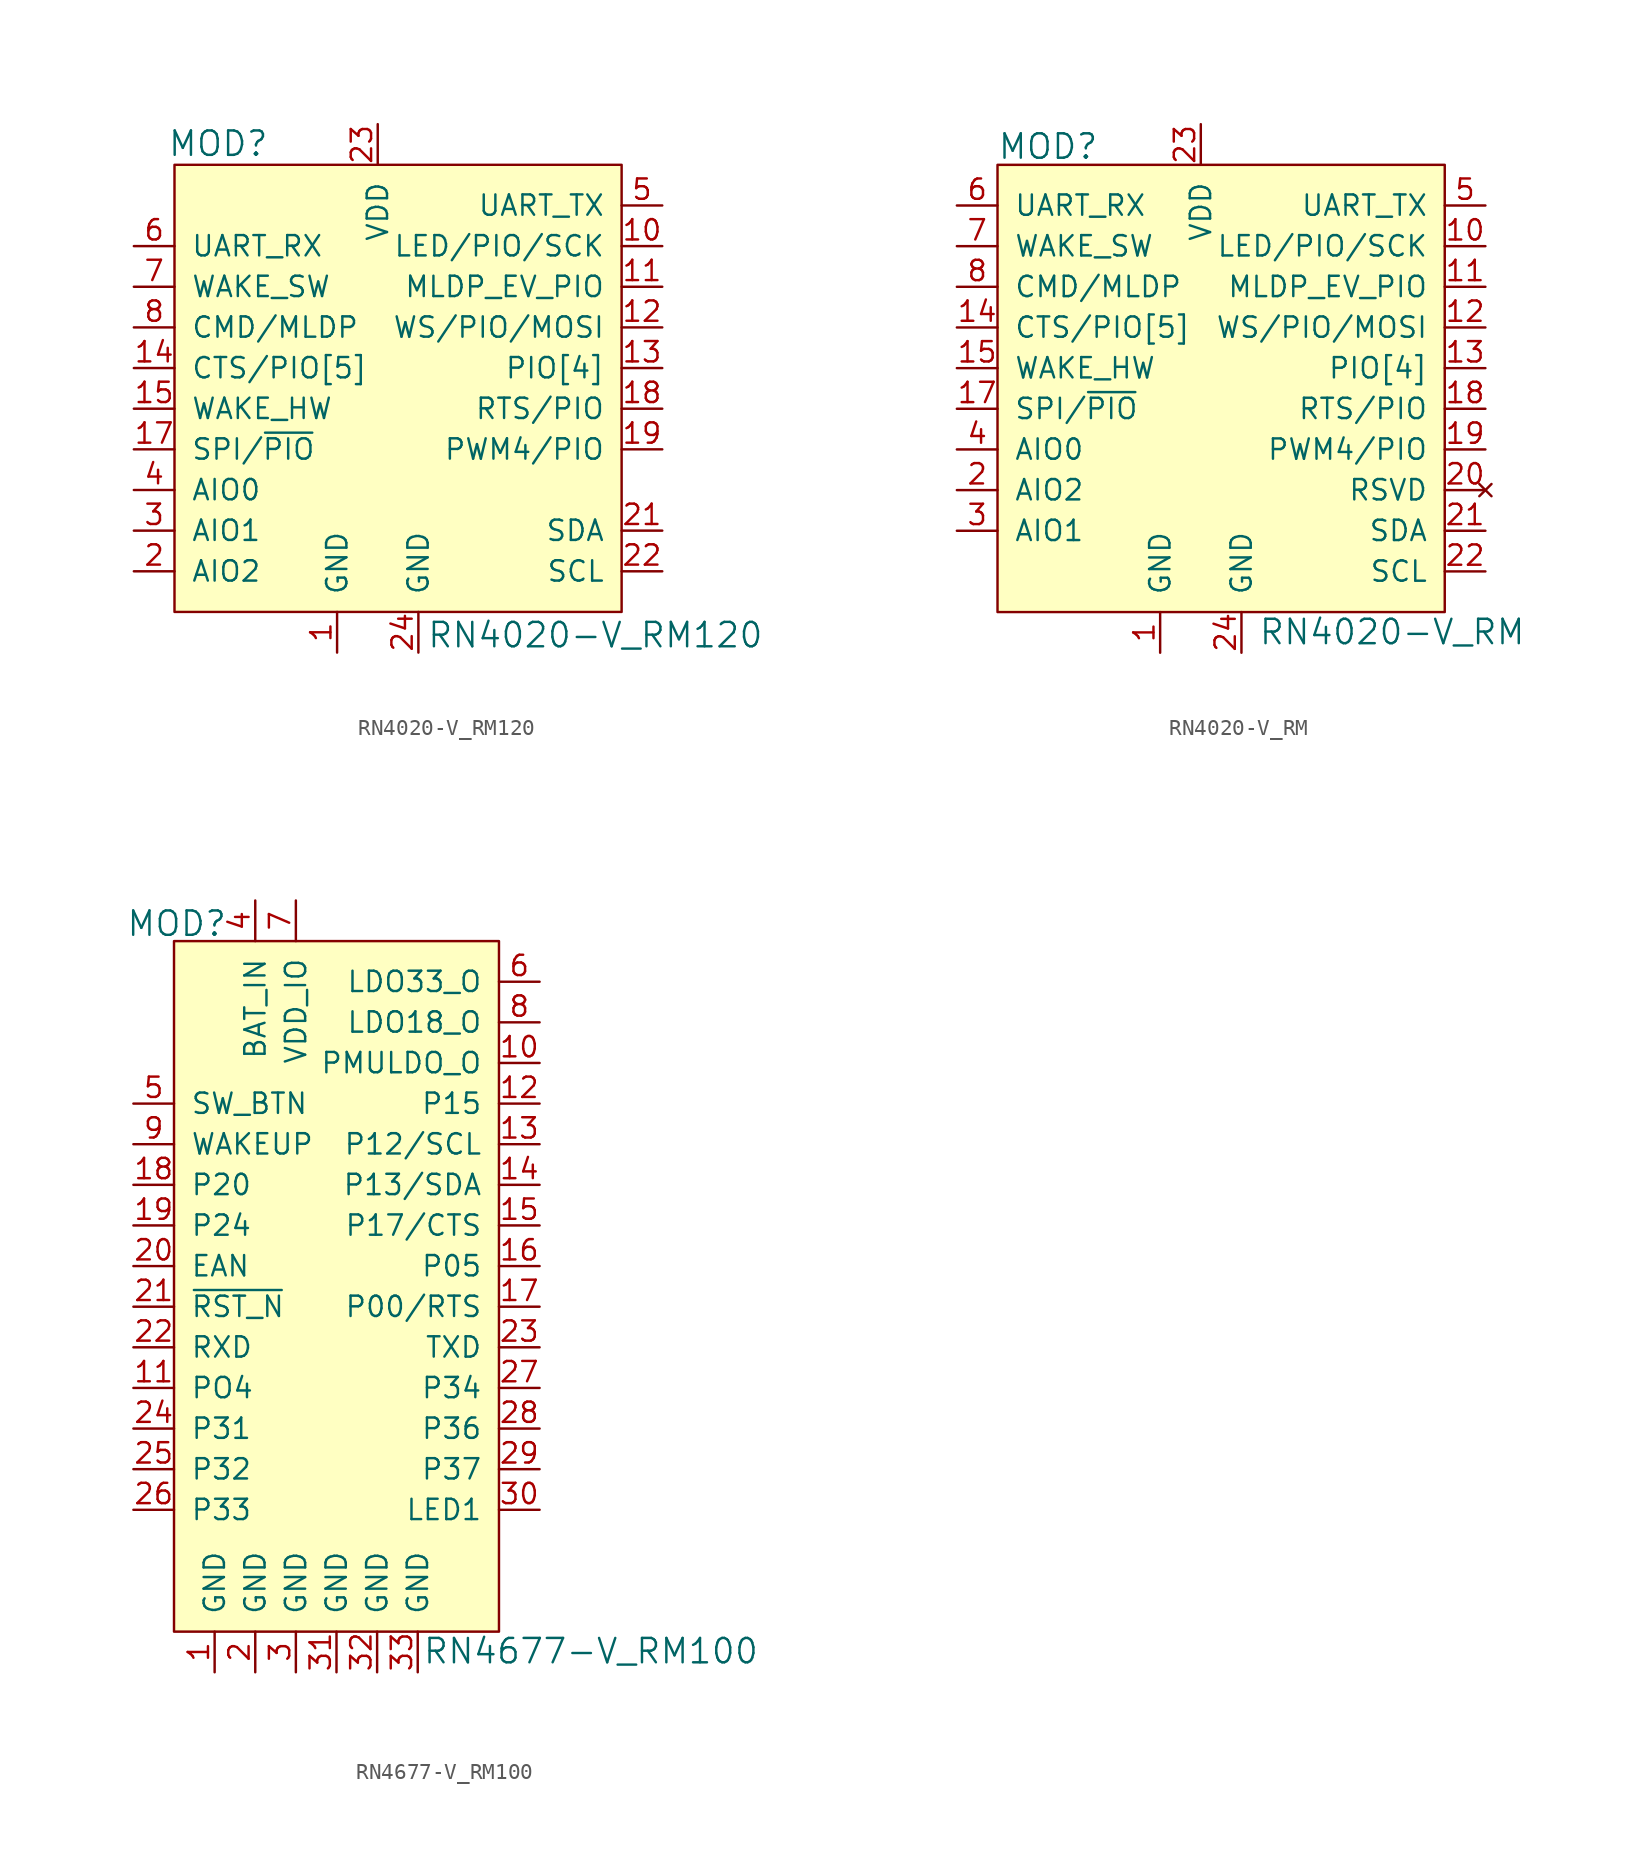
<source format=kicad_sym>
(kicad_symbol_lib
  (version 20231120)
  (generator "kicad_symbol_editor")
  (generator_version "8.0")
  (symbol "RN4020-V_RM120"
    (pin_names
      (offset 1.016))
    (property "Reference" "MOD"
      (at -6.782 14.021 0)
      (effects (font (size 1.524 1.524)) (justify right)))
    (property "Value" "RN4020-V_RM120"
      (at 3.048 -16.688 0)
      (effects (font (size 1.524 1.524)) (justify left)))
    (symbol "RN4020-V_RM120_0_1"
      (rectangle (start -12.7 12.7) (end 15.24 -15.24) (stroke (width 0) (type default)) (fill (type background))))
    (symbol "RN4020-V_RM120_1_1"
      (pin power_in line (at -2.54 -17.78 90) (length 2.54) (name "GND" (effects (font (size 1.27 1.27)))) (number "1" (effects (font (size 1.27 1.27)))))
      (pin output line (at 17.78 7.62 180) (length 2.54) (name "LED/PIO/SCK" (effects (font (size 1.27 1.27)))) (number "10" (effects (font (size 1.27 1.27)))))
      (pin output line (at 17.78 5.08 180) (length 2.54) (name "MLDP_EV_PIO" (effects (font (size 1.27 1.27)))) (number "11" (effects (font (size 1.27 1.27)))))
      (pin output line (at 17.78 2.54 180) (length 2.54) (name "WS/PIO/MOSI" (effects (font (size 1.27 1.27)))) (number "12" (effects (font (size 1.27 1.27)))))
      (pin bidirectional line (at 17.78 0 180) (length 2.54) (name "PIO[4]" (effects (font (size 1.27 1.27)))) (number "13" (effects (font (size 1.27 1.27)))))
      (pin input line (at -15.24 0 0) (length 2.54) (name "CTS/PIO[5]" (effects (font (size 1.27 1.27)))) (number "14" (effects (font (size 1.27 1.27)))))
      (pin input line (at -15.24 -2.54 0) (length 2.54) (name "WAKE_HW" (effects (font (size 1.27 1.27)))) (number "15" (effects (font (size 1.27 1.27)))))
      (pin input line (at -15.24 -5.08 0) (length 2.54) (name "SPI/~{PIO}" (effects (font (size 1.27 1.27)))) (number "17" (effects (font (size 1.27 1.27)))))
      (pin output line (at 17.78 -2.54 180) (length 2.54) (name "RTS/PIO" (effects (font (size 1.27 1.27)))) (number "18" (effects (font (size 1.27 1.27)))))
      (pin bidirectional line (at 17.78 -5.08 180) (length 2.54) (name "PWM4/PIO" (effects (font (size 1.27 1.27)))) (number "19" (effects (font (size 1.27 1.27)))))
      (pin bidirectional line (at -15.24 -12.7 0) (length 2.54) (name "AIO2" (effects (font (size 1.27 1.27)))) (number "2" (effects (font (size 1.27 1.27)))))
      (pin no_connect line (at 15.24 -7.62 180) (length 2.54) hide (name "RSVD" (effects (font (size 1.27 1.27)))) (number "20" (effects (font (size 1.27 1.27)))))
      (pin bidirectional line (at 17.78 -10.16 180) (length 2.54) (name "SDA" (effects (font (size 1.27 1.27)))) (number "21" (effects (font (size 1.27 1.27)))))
      (pin bidirectional line (at 17.78 -12.7 180) (length 2.54) (name "SCL" (effects (font (size 1.27 1.27)))) (number "22" (effects (font (size 1.27 1.27)))))
      (pin power_in line (at 0 15.24 270) (length 2.54) (name "VDD" (effects (font (size 1.27 1.27)))) (number "23" (effects (font (size 1.27 1.27)))))
      (pin power_in line (at 2.54 -17.78 90) (length 2.54) (name "GND" (effects (font (size 1.27 1.27)))) (number "24" (effects (font (size 1.27 1.27)))))
      (pin bidirectional line (at -15.24 -10.16 0) (length 2.54) (name "AIO1" (effects (font (size 1.27 1.27)))) (number "3" (effects (font (size 1.27 1.27)))))
      (pin bidirectional line (at -15.24 -7.62 0) (length 2.54) (name "AIO0" (effects (font (size 1.27 1.27)))) (number "4" (effects (font (size 1.27 1.27)))))
      (pin output line (at 17.78 10.16 180) (length 2.54) (name "UART_TX" (effects (font (size 1.27 1.27)))) (number "5" (effects (font (size 1.27 1.27)))))
      (pin input line (at -15.24 7.62 0) (length 2.54) (name "UART_RX" (effects (font (size 1.27 1.27)))) (number "6" (effects (font (size 1.27 1.27)))))
      (pin input line (at -15.24 5.08 0) (length 2.54) (name "WAKE_SW" (effects (font (size 1.27 1.27)))) (number "7" (effects (font (size 1.27 1.27)))))
      (pin input line (at -15.24 2.54 0) (length 2.54) (name "CMD/MLDP" (effects (font (size 1.27 1.27)))) (number "8" (effects (font (size 1.27 1.27)))))))
  (symbol "RN4020-V_RM"
    (pin_names
      (offset 1.016))
    (property "Reference" "MOD"
      (at -12.725 13.843 0)
      (effects (font (size 1.524 1.524)) (justify left)))
    (property "Value" "RN4020-V_RM"
      (at 3.581 -16.485 0)
      (effects (font (size 1.524 1.524)) (justify left)))
    (symbol "RN4020-V_RM_0_1"
      (rectangle (start -12.7 12.7) (end 15.24 -15.24) (stroke (width 0) (type default)) (fill (type background))))
    (symbol "RN4020-V_RM_1_1"
      (pin power_in line (at -2.54 -17.78 90) (length 2.54) (name "GND" (effects (font (size 1.27 1.27)))) (number "1" (effects (font (size 1.27 1.27)))))
      (pin output line (at 17.78 7.62 180) (length 2.54) (name "LED/PIO/SCK" (effects (font (size 1.27 1.27)))) (number "10" (effects (font (size 1.27 1.27)))))
      (pin output line (at 17.78 5.08 180) (length 2.54) (name "MLDP_EV_PIO" (effects (font (size 1.27 1.27)))) (number "11" (effects (font (size 1.27 1.27)))))
      (pin output line (at 17.78 2.54 180) (length 2.54) (name "WS/PIO/MOSI" (effects (font (size 1.27 1.27)))) (number "12" (effects (font (size 1.27 1.27)))))
      (pin bidirectional line (at 17.78 0 180) (length 2.54) (name "PIO[4]" (effects (font (size 1.27 1.27)))) (number "13" (effects (font (size 1.27 1.27)))))
      (pin input line (at -15.24 2.54 0) (length 2.54) (name "CTS/PIO[5]" (effects (font (size 1.27 1.27)))) (number "14" (effects (font (size 1.27 1.27)))))
      (pin input line (at -15.24 0 0) (length 2.54) (name "WAKE_HW" (effects (font (size 1.27 1.27)))) (number "15" (effects (font (size 1.27 1.27)))))
      (pin input line (at -15.24 -2.54 0) (length 2.54) (name "SPI/~{PIO}" (effects (font (size 1.27 1.27)))) (number "17" (effects (font (size 1.27 1.27)))))
      (pin output line (at 17.78 -2.54 180) (length 2.54) (name "RTS/PIO" (effects (font (size 1.27 1.27)))) (number "18" (effects (font (size 1.27 1.27)))))
      (pin bidirectional line (at 17.78 -5.08 180) (length 2.54) (name "PWM4/PIO" (effects (font (size 1.27 1.27)))) (number "19" (effects (font (size 1.27 1.27)))))
      (pin bidirectional line (at -15.24 -7.62 0) (length 2.54) (name "AIO2" (effects (font (size 1.27 1.27)))) (number "2" (effects (font (size 1.27 1.27)))))
      (pin no_connect line (at 17.78 -7.62 180) (length 2.54) (name "RSVD" (effects (font (size 1.27 1.27)))) (number "20" (effects (font (size 1.27 1.27)))))
      (pin bidirectional line (at 17.78 -10.16 180) (length 2.54) (name "SDA" (effects (font (size 1.27 1.27)))) (number "21" (effects (font (size 1.27 1.27)))))
      (pin bidirectional line (at 17.78 -12.7 180) (length 2.54) (name "SCL" (effects (font (size 1.27 1.27)))) (number "22" (effects (font (size 1.27 1.27)))))
      (pin power_in line (at 0 15.24 270) (length 2.54) (name "VDD" (effects (font (size 1.27 1.27)))) (number "23" (effects (font (size 1.27 1.27)))))
      (pin power_in line (at 2.54 -17.78 90) (length 2.54) (name "GND" (effects (font (size 1.27 1.27)))) (number "24" (effects (font (size 1.27 1.27)))))
      (pin bidirectional line (at -15.24 -10.16 0) (length 2.54) (name "AIO1" (effects (font (size 1.27 1.27)))) (number "3" (effects (font (size 1.27 1.27)))))
      (pin bidirectional line (at -15.24 -5.08 0) (length 2.54) (name "AIO0" (effects (font (size 1.27 1.27)))) (number "4" (effects (font (size 1.27 1.27)))))
      (pin output line (at 17.78 10.16 180) (length 2.54) (name "UART_TX" (effects (font (size 1.27 1.27)))) (number "5" (effects (font (size 1.27 1.27)))))
      (pin input line (at -15.24 10.16 0) (length 2.54) (name "UART_RX" (effects (font (size 1.27 1.27)))) (number "6" (effects (font (size 1.27 1.27)))))
      (pin input line (at -15.24 7.62 0) (length 2.54) (name "WAKE_SW" (effects (font (size 1.27 1.27)))) (number "7" (effects (font (size 1.27 1.27)))))
      (pin input line (at -15.24 5.08 0) (length 2.54) (name "CMD/MLDP" (effects (font (size 1.27 1.27)))) (number "8" (effects (font (size 1.27 1.27)))))))
  (symbol "RN4677-V_RM100"
    (pin_names
      (offset 1.016))
    (property "Reference" "MOD"
      (at -4.267 29.032 0)
      (effects (font (size 1.524 1.524)) (justify right)))
    (property "Value" "RN4677-V_RM100"
      (at 7.899 -16.459 0)
      (effects (font (size 1.524 1.524)) (justify left)))
    (symbol "RN4677-V_RM100_0_1"
      (rectangle (start -7.62 27.94) (end 12.7 -15.24) (stroke (width 0) (type default)) (fill (type background))))
    (symbol "RN4677-V_RM100_1_1"
      (pin power_in line (at -5.08 -17.78 90) (length 2.54) (name "GND" (effects (font (size 1.27 1.27)))) (number "1" (effects (font (size 1.27 1.27)))))
      (pin power_out line (at 15.24 20.32 180) (length 2.54) (name "PMULDO_O" (effects (font (size 1.27 1.27)))) (number "10" (effects (font (size 1.27 1.27)))))
      (pin output line (at -10.16 0 0) (length 2.54) (name "PO4" (effects (font (size 1.27 1.27)))) (number "11" (effects (font (size 1.27 1.27)))))
      (pin output line (at 15.24 17.78 180) (length 2.54) (name "P15" (effects (font (size 1.27 1.27)))) (number "12" (effects (font (size 1.27 1.27)))))
      (pin output line (at 15.24 15.24 180) (length 2.54) (name "P12/SCL" (effects (font (size 1.27 1.27)))) (number "13" (effects (font (size 1.27 1.27)))))
      (pin bidirectional line (at 15.24 12.7 180) (length 2.54) (name "P13/SDA" (effects (font (size 1.27 1.27)))) (number "14" (effects (font (size 1.27 1.27)))))
      (pin bidirectional line (at 15.24 10.16 180) (length 2.54) (name "P17/CTS" (effects (font (size 1.27 1.27)))) (number "15" (effects (font (size 1.27 1.27)))))
      (pin bidirectional line (at 15.24 7.62 180) (length 2.54) (name "P05" (effects (font (size 1.27 1.27)))) (number "16" (effects (font (size 1.27 1.27)))))
      (pin bidirectional line (at 15.24 5.08 180) (length 2.54) (name "P00/RTS" (effects (font (size 1.27 1.27)))) (number "17" (effects (font (size 1.27 1.27)))))
      (pin input line (at -10.16 12.7 0) (length 2.54) (name "P20" (effects (font (size 1.27 1.27)))) (number "18" (effects (font (size 1.27 1.27)))))
      (pin input line (at -10.16 10.16 0) (length 2.54) (name "P24" (effects (font (size 1.27 1.27)))) (number "19" (effects (font (size 1.27 1.27)))))
      (pin power_in line (at -2.54 -17.78 90) (length 2.54) (name "GND" (effects (font (size 1.27 1.27)))) (number "2" (effects (font (size 1.27 1.27)))))
      (pin input line (at -10.16 7.62 0) (length 2.54) (name "EAN" (effects (font (size 1.27 1.27)))) (number "20" (effects (font (size 1.27 1.27)))))
      (pin input line (at -10.16 5.08 0) (length 2.54) (name "~{RST_N}" (effects (font (size 1.27 1.27)))) (number "21" (effects (font (size 1.27 1.27)))))
      (pin input line (at -10.16 2.54 0) (length 2.54) (name "RXD" (effects (font (size 1.27 1.27)))) (number "22" (effects (font (size 1.27 1.27)))))
      (pin output line (at 15.24 2.54 180) (length 2.54) (name "TXD" (effects (font (size 1.27 1.27)))) (number "23" (effects (font (size 1.27 1.27)))))
      (pin bidirectional line (at -10.16 -2.54 0) (length 2.54) (name "P31" (effects (font (size 1.27 1.27)))) (number "24" (effects (font (size 1.27 1.27)))))
      (pin bidirectional line (at -10.16 -5.08 0) (length 2.54) (name "P32" (effects (font (size 1.27 1.27)))) (number "25" (effects (font (size 1.27 1.27)))))
      (pin bidirectional line (at -10.16 -7.62 0) (length 2.54) (name "P33" (effects (font (size 1.27 1.27)))) (number "26" (effects (font (size 1.27 1.27)))))
      (pin bidirectional line (at 15.24 0 180) (length 2.54) (name "P34" (effects (font (size 1.27 1.27)))) (number "27" (effects (font (size 1.27 1.27)))))
      (pin bidirectional line (at 15.24 -2.54 180) (length 2.54) (name "P36" (effects (font (size 1.27 1.27)))) (number "28" (effects (font (size 1.27 1.27)))))
      (pin bidirectional line (at 15.24 -5.08 180) (length 2.54) (name "P37" (effects (font (size 1.27 1.27)))) (number "29" (effects (font (size 1.27 1.27)))))
      (pin power_in line (at 0 -17.78 90) (length 2.54) (name "GND" (effects (font (size 1.27 1.27)))) (number "3" (effects (font (size 1.27 1.27)))))
      (pin output line (at 15.24 -7.62 180) (length 2.54) (name "LED1" (effects (font (size 1.27 1.27)))) (number "30" (effects (font (size 1.27 1.27)))))
      (pin output line (at 2.54 -17.78 90) (length 2.54) (name "GND" (effects (font (size 1.27 1.27)))) (number "31" (effects (font (size 1.27 1.27)))))
      (pin output line (at 5.08 -17.78 90) (length 2.54) (name "GND" (effects (font (size 1.27 1.27)))) (number "32" (effects (font (size 1.27 1.27)))))
      (pin output line (at 7.62 -17.78 90) (length 2.54) (name "GND" (effects (font (size 1.27 1.27)))) (number "33" (effects (font (size 1.27 1.27)))))
      (pin power_in line (at -2.54 30.48 270) (length 2.54) (name "BAT_IN" (effects (font (size 1.27 1.27)))) (number "4" (effects (font (size 1.27 1.27)))))
      (pin input line (at -10.16 17.78 0) (length 2.54) (name "SW_BTN" (effects (font (size 1.27 1.27)))) (number "5" (effects (font (size 1.27 1.27)))))
      (pin power_out line (at 15.24 25.4 180) (length 2.54) (name "LDO33_O" (effects (font (size 1.27 1.27)))) (number "6" (effects (font (size 1.27 1.27)))))
      (pin power_in line (at 0 30.48 270) (length 2.54) (name "VDD_IO" (effects (font (size 1.27 1.27)))) (number "7" (effects (font (size 1.27 1.27)))))
      (pin power_out line (at 15.24 22.86 180) (length 2.54) (name "LDO18_O" (effects (font (size 1.27 1.27)))) (number "8" (effects (font (size 1.27 1.27)))))
      (pin input line (at -10.16 15.24 0) (length 2.54) (name "WAKEUP" (effects (font (size 1.27 1.27)))) (number "9" (effects (font (size 1.27 1.27))))))))
</source>
